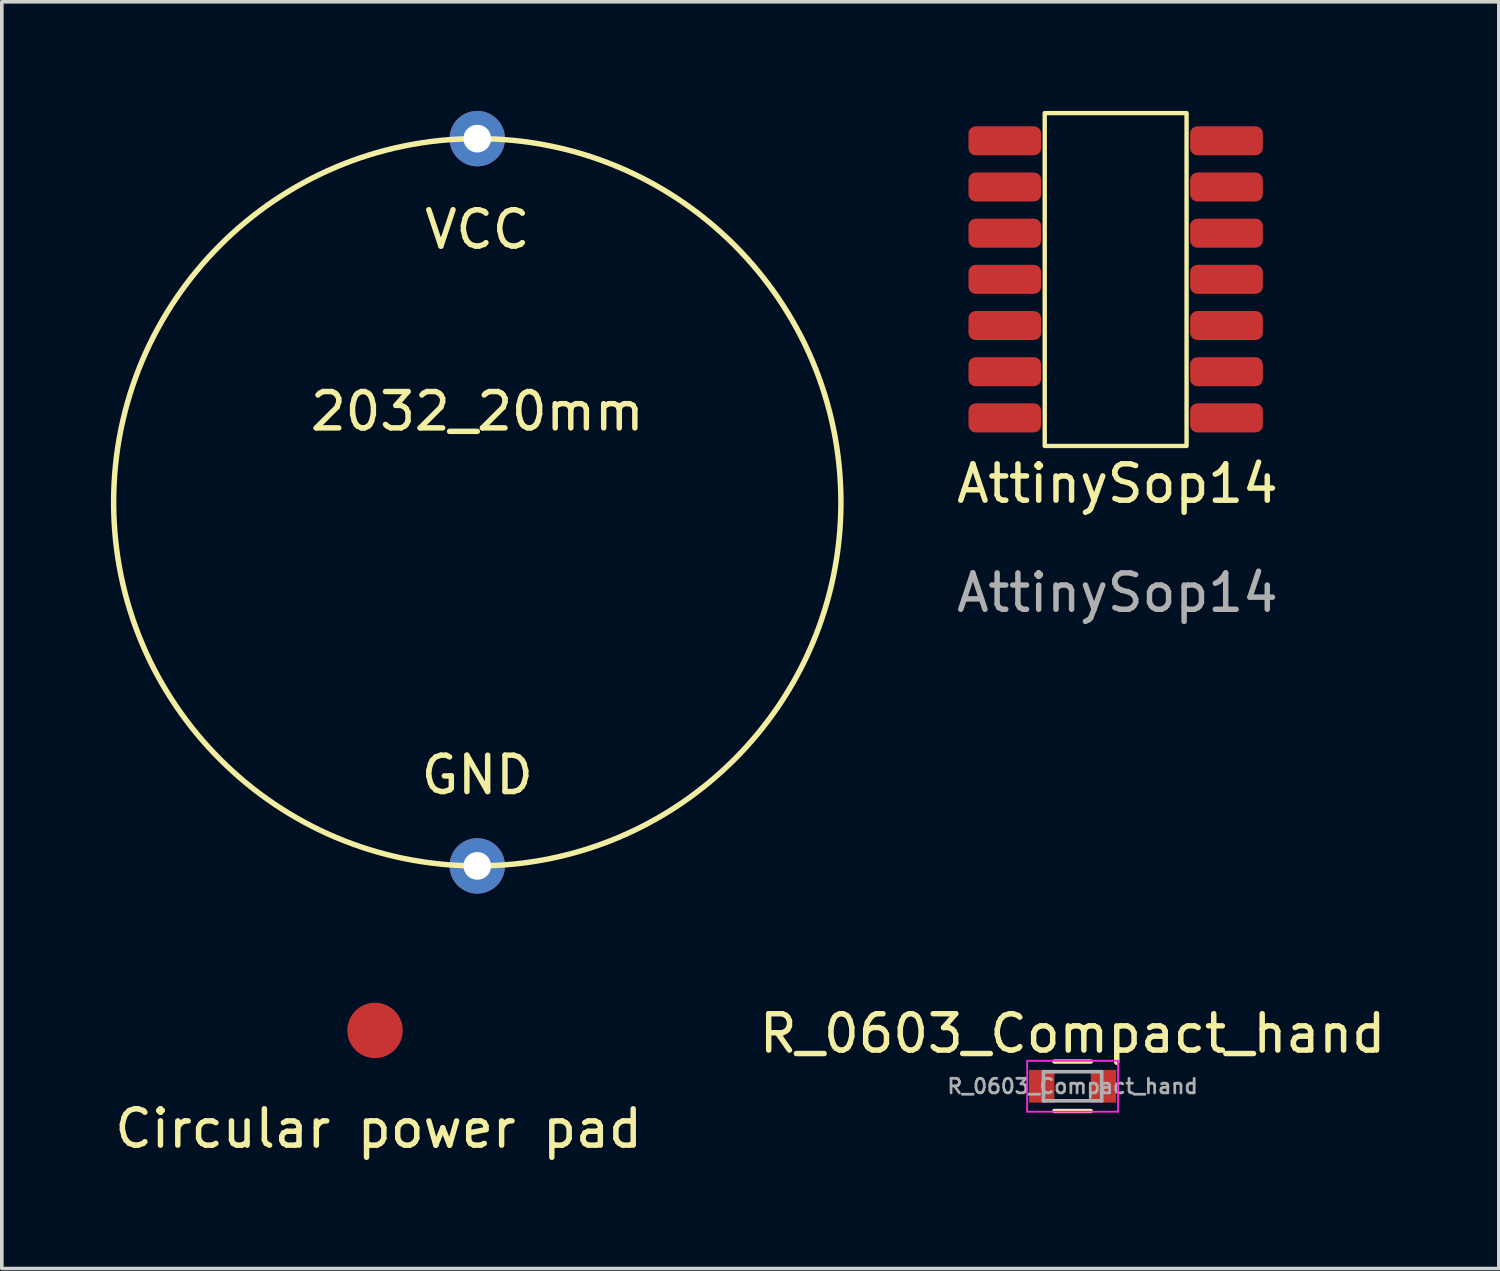
<source format=kicad_pcb>
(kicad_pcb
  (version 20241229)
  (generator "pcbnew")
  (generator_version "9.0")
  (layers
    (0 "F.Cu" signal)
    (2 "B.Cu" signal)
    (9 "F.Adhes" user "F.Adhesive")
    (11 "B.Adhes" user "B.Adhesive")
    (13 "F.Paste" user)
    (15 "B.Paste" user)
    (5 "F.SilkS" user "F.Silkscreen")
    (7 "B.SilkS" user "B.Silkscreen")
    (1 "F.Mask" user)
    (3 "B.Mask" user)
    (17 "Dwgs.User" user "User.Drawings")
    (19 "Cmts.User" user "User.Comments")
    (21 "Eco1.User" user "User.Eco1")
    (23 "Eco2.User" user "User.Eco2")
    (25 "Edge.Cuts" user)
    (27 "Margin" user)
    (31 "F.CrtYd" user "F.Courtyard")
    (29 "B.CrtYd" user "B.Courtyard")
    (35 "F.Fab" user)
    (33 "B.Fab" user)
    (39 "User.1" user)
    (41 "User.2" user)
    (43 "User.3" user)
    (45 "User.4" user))
  (footprint "2032_20mm"
    (layer "F.Cu")
    (at 10.075 20.762)
    (property "Reference" "2032_20mm" (at 0 -12.5 0) (layer "F.SilkS") (effects (font (size 1 1) (thickness 0.15))))
    (attr through_hole)
    (fp_circle (center 0 -10) (end 10 -10) (stroke (width 0.15) (type solid)) (fill no) (layer "F.SilkS"))
    (fp_text user "GND" (at 0 -2.5 0) (layer "F.SilkS") (effects (font (size 1 1) (thickness 0.15))))
    (fp_text user "VCC" (at 0 -17.5 0) (layer "F.SilkS") (effects (font (size 1 1) (thickness 0.15))))
    (pad "1" thru_hole circle (at 0 0) (size 1.524 1.524) (drill 0.762) (layers "*.Cu" "*.Mask"))
    (pad "2" thru_hole circle (at 0 -20) (size 1.524 1.524) (drill 0.762) (layers "*.Cu" "*.Mask")))
  (footprint "R_0603_Compact_hand"
    (layer "F.Cu")
    (at 26.446 26.822)
    (property "Reference" "R_0603_Compact_hand" (at 0 -1.45 0) (layer "F.SilkS") (effects (font (size 1 1) (thickness 0.15))))
    (attr smd)
    (fp_line (start -0.5 -0.68) (end 0.5 -0.68) (stroke (width 0.12) (type solid)) (layer "F.SilkS"))
    (fp_line (start 0.5 0.68) (end -0.5 0.68) (stroke (width 0.12) (type solid)) (layer "F.SilkS"))
    (fp_line (start -1.25 -0.7) (end -1.25 0.7) (stroke (width 0.05) (type solid)) (layer "F.CrtYd"))
    (fp_line (start -1.25 -0.7) (end 1.25 -0.7) (stroke (width 0.05) (type solid)) (layer "F.CrtYd"))
    (fp_line (start 1.25 0.7) (end -1.25 0.7) (stroke (width 0.05) (type solid)) (layer "F.CrtYd"))
    (fp_line (start 1.25 0.7) (end 1.25 -0.7) (stroke (width 0.05) (type solid)) (layer "F.CrtYd"))
    (fp_line (start -0.8 -0.4) (end 0.8 -0.4) (stroke (width 0.1) (type solid)) (layer "F.Fab"))
    (fp_line (start -0.8 0.4) (end -0.8 -0.4) (stroke (width 0.1) (type solid)) (layer "F.Fab"))
    (fp_line (start 0.8 -0.4) (end 0.8 0.4) (stroke (width 0.1) (type solid)) (layer "F.Fab"))
    (fp_line (start 0.8 0.4) (end -0.8 0.4) (stroke (width 0.1) (type solid)) (layer "F.Fab"))
    (fp_text user "${REFERENCE}" (at 0 0 0) (layer "F.Fab") (effects (font (size 0.4 0.4) (thickness 0.075))))
    (pad "1" smd rect (at -0.85 0) (size 0.7 0.9) (layers "F.Cu" "F.Mask" "F.Paste"))
    (pad "2" smd rect (at 0.85 0) (size 0.7 0.9) (layers "F.Cu" "F.Mask" "F.Paste")))
  (footprint "Circular power pad"
    (layer "F.Cu")
    (at 7.263 25.286)
    (property "Reference" "Circular power pad" (at 0.1 2.7 0) (layer "F.SilkS") (effects (font (size 1 1) (thickness 0.15))))
    (attr through_hole)
    (pad "1" smd circle (at 0 0) (size 1.524 1.524) (layers "F.Cu" "F.Mask" "F.Paste")))
  (footprint "AttinySop14"
    (layer "F.Cu")
    (at 27.63 4.637)
    (property "Reference" "AttinySop14" (at 0.05 5.613 0) (unlocked yes) (layer "F.SilkS") (effects (font (size 1 1) (thickness 0.15))))
    (attr smd)
    (fp_rect (start -1.95 -4.577) (end 1.95 4.577) (stroke (width 0.12) (type solid)) (fill no) (layer "F.SilkS"))
    (fp_text user "${REFERENCE}" (at 0.05 8.613 0) (unlocked yes) (layer "F.Fab") (effects (font (size 1 1) (thickness 0.15))))
    (pad "1" smd roundrect (at -3.048 -3.815) (size 2 0.8) (layers "F.Cu" "F.Mask" "F.Paste") (roundrect_rratio 0.25))
    (pad "2" smd roundrect (at -3.048 -2.545) (size 2 0.8) (layers "F.Cu" "F.Mask" "F.Paste") (roundrect_rratio 0.25))
    (pad "3" smd roundrect (at -3.048 -1.275) (size 2 0.8) (layers "F.Cu" "F.Mask" "F.Paste") (roundrect_rratio 0.25))
    (pad "4" smd roundrect (at -3.048 -0.005) (size 2 0.8) (layers "F.Cu" "F.Mask" "F.Paste") (roundrect_rratio 0.25))
    (pad "5" smd roundrect (at -3.048 1.265) (size 2 0.8) (layers "F.Cu" "F.Mask" "F.Paste") (roundrect_rratio 0.25))
    (pad "6" smd roundrect (at -3.048 2.535) (size 2 0.8) (layers "F.Cu" "F.Mask" "F.Paste") (roundrect_rratio 0.25))
    (pad "7" smd roundrect (at -3.048 3.805) (size 2 0.8) (layers "F.Cu" "F.Mask" "F.Paste") (roundrect_rratio 0.25))
    (pad "8" smd roundrect (at 3.048 3.805) (size 2 0.8) (layers "F.Cu" "F.Mask" "F.Paste") (roundrect_rratio 0.25))
    (pad "9" smd roundrect (at 3.048 2.535) (size 2 0.8) (layers "F.Cu" "F.Mask" "F.Paste") (roundrect_rratio 0.25))
    (pad "10" smd roundrect (at 3.048 1.265) (size 2 0.8) (layers "F.Cu" "F.Mask" "F.Paste") (roundrect_rratio 0.25))
    (pad "11" smd roundrect (at 3.048 -0.005) (size 2 0.8) (layers "F.Cu" "F.Mask" "F.Paste") (roundrect_rratio 0.25))
    (pad "12" smd roundrect (at 3.048 -1.275) (size 2 0.8) (layers "F.Cu" "F.Mask" "F.Paste") (roundrect_rratio 0.25))
    (pad "13" smd roundrect (at 3.048 -2.545) (size 2 0.8) (layers "F.Cu" "F.Mask" "F.Paste") (roundrect_rratio 0.25))
    (pad "14" smd roundrect (at 3.048 -3.815) (size 2 0.8) (layers "F.Cu" "F.Mask" "F.Paste") (roundrect_rratio 0.25)))
  (gr_rect
    (start -3 -3)
    (end 38.167 31.834)
    (stroke (width 0.1) (type default))
    (fill no)
    (layer "Edge.Cuts")))
</source>
